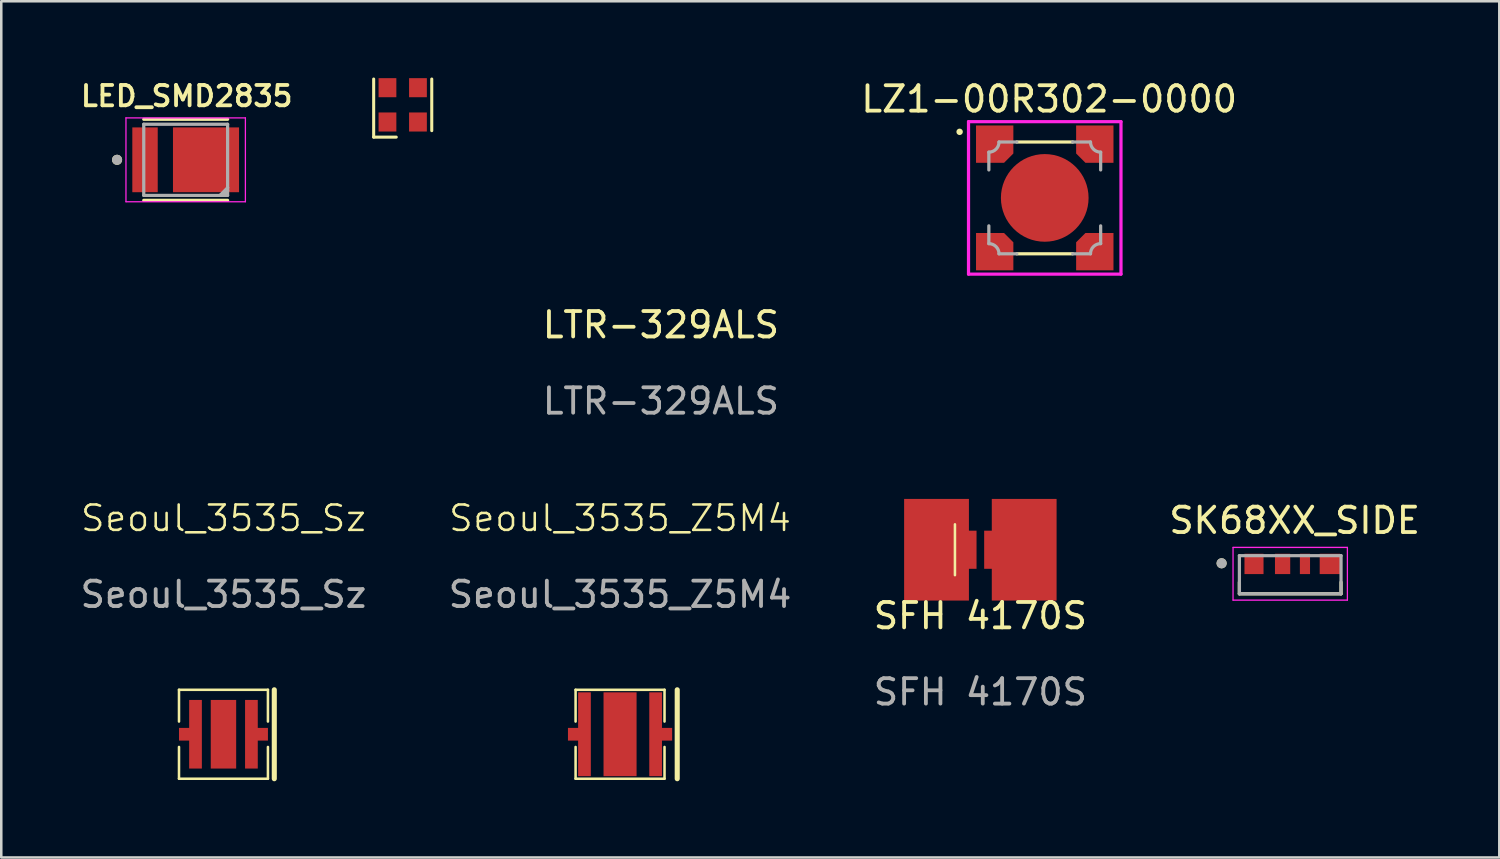
<source format=kicad_pcb>
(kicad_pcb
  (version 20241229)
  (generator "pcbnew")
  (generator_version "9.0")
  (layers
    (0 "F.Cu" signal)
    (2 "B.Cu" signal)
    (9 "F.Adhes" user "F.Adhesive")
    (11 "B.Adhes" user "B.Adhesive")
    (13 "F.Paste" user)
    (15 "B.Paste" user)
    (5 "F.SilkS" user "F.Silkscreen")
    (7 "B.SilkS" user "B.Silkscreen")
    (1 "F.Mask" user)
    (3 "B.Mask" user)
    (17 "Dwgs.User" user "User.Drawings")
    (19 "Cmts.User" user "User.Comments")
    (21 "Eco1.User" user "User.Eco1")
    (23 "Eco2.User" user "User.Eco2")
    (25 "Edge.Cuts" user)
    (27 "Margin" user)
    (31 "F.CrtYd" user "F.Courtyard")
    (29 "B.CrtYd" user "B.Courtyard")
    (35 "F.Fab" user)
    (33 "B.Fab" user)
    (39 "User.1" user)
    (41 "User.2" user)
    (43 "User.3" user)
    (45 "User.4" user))
  (footprint "LED_SMD2835"
    (layer "F.Cu")
    (at 4.257 3.239)
    (property "Reference" "LED_SMD2835" (at 0.04 -2.508 0) (layer "F.SilkS") (effects (font (size 0.8 0.8) (thickness 0.15))))
    (attr smd)
    (fp_line (start -1.65 -1.595) (end 1.65 -1.595) (stroke (width 0.127) (type solid)) (layer "F.SilkS"))
    (fp_line (start 1.65 1.595) (end -1.65 1.595) (stroke (width 0.127) (type solid)) (layer "F.SilkS"))
    (fp_circle (center -2.7 0) (end -2.6 0) (stroke (width 0.2) (type solid)) (fill no) (layer "F.SilkS"))
    (fp_line (start -2.35 -1.65) (end 2.35 -1.65) (stroke (width 0.05) (type solid)) (layer "F.CrtYd"))
    (fp_line (start -2.35 1.65) (end -2.35 -1.65) (stroke (width 0.05) (type solid)) (layer "F.CrtYd"))
    (fp_line (start 2.35 -1.65) (end 2.35 1.65) (stroke (width 0.05) (type solid)) (layer "F.CrtYd"))
    (fp_line (start 2.35 1.65) (end -2.35 1.65) (stroke (width 0.05) (type solid)) (layer "F.CrtYd"))
    (fp_line (start -1.65 -1.4) (end 1.65 -1.4) (stroke (width 0.127) (type solid)) (layer "F.Fab"))
    (fp_line (start -1.65 1.4) (end -1.65 -1.4) (stroke (width 0.127) (type solid)) (layer "F.Fab"))
    (fp_line (start 1.35 1.4) (end -1.65 1.4) (stroke (width 0.127) (type solid)) (layer "F.Fab"))
    (fp_line (start 1.35 1.4) (end 1.65 1.1) (stroke (width 0.127) (type solid)) (layer "F.Fab"))
    (fp_line (start 1.45 1.4) (end 1.35 1.4) (stroke (width 0.127) (type solid)) (layer "F.Fab"))
    (fp_line (start 1.45 1.4) (end 1.65 1.2) (stroke (width 0.127) (type solid)) (layer "F.Fab"))
    (fp_line (start 1.65 -1.4) (end 1.65 1.1) (stroke (width 0.127) (type solid)) (layer "F.Fab"))
    (fp_line (start 1.65 1.1) (end 1.65 1.2) (stroke (width 0.127) (type solid)) (layer "F.Fab"))
    (fp_line (start 1.65 1.2) (end 1.65 1.4) (stroke (width 0.127) (type solid)) (layer "F.Fab"))
    (fp_line (start 1.65 1.4) (end 1.45 1.4) (stroke (width 0.127) (type solid)) (layer "F.Fab"))
    (fp_circle (center -2.7 0) (end -2.6 0) (stroke (width 0.2) (type solid)) (fill no) (layer "F.Fab"))
    (pad "1" smd rect (at 0.8 0) (size 2.6 2.55) (layers "F.Cu" "F.Mask" "F.Paste"))
    (pad "2" smd rect (at -1.6 0) (size 1 2.55) (layers "F.Cu" "F.Mask" "F.Paste")))
  (footprint "SFH 4170S"
    (layer "F.Cu")
    (at 35.53 18.584)
    (property "Reference" "SFH 4170S" (at 0 2.6 0) (unlocked yes) (layer "F.SilkS") (effects (font (size 1 1) (thickness 0.15))))
    (attr smd)
    (fp_line (start -1 -1) (end -1 1) (stroke (width 0.1) (type solid)) (layer "F.SilkS"))
    (fp_text user "${REFERENCE}" (at 0 5.6 0) (unlocked yes) (layer "F.Fab") (effects (font (size 1 1) (thickness 0.15))))
    (pad "1" smd rect (at -1.725 0) (size 2.55 4) (layers "F.Cu"))
    (pad "1" smd rect (at -0.45 0) (size 0.6 1.5) (layers "F.Cu" "F.Mask" "F.Paste"))
    (pad "2" smd rect (at 0.45 0) (size 0.6 1.5) (layers "F.Cu" "F.Mask" "F.Paste"))
    (pad "2" smd rect (at 1.725 0) (size 2.55 4) (layers "F.Cu")))
  (footprint "LZ1-00R302-0000"
    (layer "F.Cu")
    (at 38.064 4.738)
    (property "Reference" "LZ1-00R302-0000" (at 0.175 -3.889 0) (layer "F.SilkS") (effects (font (size 1.001 1.001) (thickness 0.15))))
    (attr smd)
    (fp_circle (center 0 0) (end 1.6 0) (stroke (width 0) (type solid)) (fill yes) (layer "F.Mask"))
    (fp_line (start -1.1 -2.2) (end 1.1 -2.2) (stroke (width 0.127) (type solid)) (layer "F.SilkS"))
    (fp_line (start 1.1 2.2) (end -1.1 2.2) (stroke (width 0.127) (type solid)) (layer "F.SilkS"))
    (fp_circle (center -3.35 -2.6) (end -3.223 -2.6) (stroke (width 0) (type solid)) (fill yes) (layer "F.SilkS"))
    (fp_circle (center 0 0) (end 1.6 0) (stroke (width 0) (type solid)) (fill yes) (layer "F.Paste"))
    (fp_line (start -3 -3) (end -3 3) (stroke (width 0.127) (type solid)) (layer "F.CrtYd"))
    (fp_line (start -3 3) (end 3 3) (stroke (width 0.127) (type solid)) (layer "F.CrtYd"))
    (fp_line (start 3 -3) (end -3 -3) (stroke (width 0.127) (type solid)) (layer "F.CrtYd"))
    (fp_line (start 3 3) (end 3 -3) (stroke (width 0.127) (type solid)) (layer "F.CrtYd"))
    (fp_line (start -2.2 -1.8) (end -2.2 -1.1) (stroke (width 0.127) (type solid)) (layer "F.Fab"))
    (fp_line (start -2.2 1.8) (end -2.2 1.1) (stroke (width 0.127) (type solid)) (layer "F.Fab"))
    (fp_line (start -1.8 -2.2) (end -1.1 -2.2) (stroke (width 0.127) (type solid)) (layer "F.Fab"))
    (fp_line (start -1.8 2.2) (end -1.1 2.2) (stroke (width 0.127) (type solid)) (layer "F.Fab"))
    (fp_line (start 1.8 -2.2) (end 1.1 -2.2) (stroke (width 0.127) (type solid)) (layer "F.Fab"))
    (fp_line (start 1.8 2.2) (end 1.1 2.2) (stroke (width 0.127) (type solid)) (layer "F.Fab"))
    (fp_line (start 2.2 -1.8) (end 2.2 -1.1) (stroke (width 0.127) (type solid)) (layer "F.Fab"))
    (fp_line (start 2.2 1.8) (end 2.2 1.1) (stroke (width 0.127) (type solid)) (layer "F.Fab"))
    (fp_arc (start -2.2 1.8) (mid -1.917157 1.917157) (end -1.8 2.2) (stroke (width 0.127) (type solid)) (layer "F.Fab"))
    (fp_arc (start -1.8 -2.2) (mid -1.917157 -1.917157) (end -2.2 -1.8) (stroke (width 0.127) (type solid)) (layer "F.Fab"))
    (fp_arc (start 1.8 2.2) (mid 1.917157 1.917157) (end 2.2 1.8) (stroke (width 0.127) (type solid)) (layer "F.Fab"))
    (fp_arc (start 2.2 -1.8) (mid 1.917157 -1.917157) (end 1.8 -2.2) (stroke (width 0.127) (type solid)) (layer "F.Fab"))
    (pad "1" smd roundrect (at -1.97 -2.115) (size 1.47 1.47) (layers "F.Cu" "F.Mask" "F.Paste") (roundrect_rratio 0) (chamfer_ratio 0.25) (chamfer bottom_right))
    (pad "2" smd roundrect (at 1.97 -2.115) (size 1.47 1.47) (layers "F.Cu" "F.Mask" "F.Paste") (roundrect_rratio 0) (chamfer_ratio 0.25) (chamfer bottom_left))
    (pad "3" smd roundrect (at 1.97 2.115 180) (size 1.47 1.47) (layers "F.Cu" "F.Mask" "F.Paste") (roundrect_rratio 0) (chamfer_ratio 0.25) (chamfer bottom_right))
    (pad "4" smd roundrect (at -1.97 2.115 180) (size 1.47 1.47) (layers "F.Cu" "F.Mask" "F.Paste") (roundrect_rratio 0) (chamfer_ratio 0.25) (chamfer bottom_left))
    (pad "5" smd circle (at 0 0) (size 3.45 3.45) (layers "F.Cu")))
  (footprint "SK68XX_SIDE"
    (layer "F.Cu")
    (at 47.724 19.567)
    (property "Reference" "SK68XX_SIDE" (at 0.175 -2.135 0) (layer "F.SilkS") (effects (font (size 1 1) (thickness 0.15))))
    (attr smd)
    (fp_line (start -2 0.75) (end -2 0.295) (stroke (width 0.127) (type solid)) (layer "F.SilkS"))
    (fp_line (start 2 0.295) (end 2 0.75) (stroke (width 0.127) (type solid)) (layer "F.SilkS"))
    (fp_line (start 2 0.75) (end -2 0.75) (stroke (width 0.127) (type solid)) (layer "F.SilkS"))
    (fp_circle (center -2.7 -0.45) (end -2.6 -0.45) (stroke (width 0.2) (type solid)) (fill no) (layer "F.SilkS"))
    (fp_line (start -2.25 -1.075) (end 2.25 -1.075) (stroke (width 0.05) (type solid)) (layer "F.CrtYd"))
    (fp_line (start -2.25 1) (end -2.25 -1.075) (stroke (width 0.05) (type solid)) (layer "F.CrtYd"))
    (fp_line (start 2.25 -1.075) (end 2.25 1) (stroke (width 0.05) (type solid)) (layer "F.CrtYd"))
    (fp_line (start 2.25 1) (end -2.25 1) (stroke (width 0.05) (type solid)) (layer "F.CrtYd"))
    (fp_line (start -2 -0.75) (end 2 -0.75) (stroke (width 0.127) (type solid)) (layer "F.Fab"))
    (fp_line (start -2 0.75) (end -2 -0.75) (stroke (width 0.127) (type solid)) (layer "F.Fab"))
    (fp_line (start 2 -0.75) (end 2 0.75) (stroke (width 0.127) (type solid)) (layer "F.Fab"))
    (fp_line (start 2 0.75) (end -2 0.75) (stroke (width 0.127) (type solid)) (layer "F.Fab"))
    (fp_circle (center -2.7 -0.45) (end -2.6 -0.45) (stroke (width 0.2) (type solid)) (fill no) (layer "F.Fab"))
    (pad "1" smd rect (at -1.425 -0.425) (size 0.75 0.8) (layers "F.Cu" "F.Mask" "F.Paste"))
    (pad "2" smd rect (at -0.3 -0.425) (size 0.6 0.8) (layers "F.Cu" "F.Mask" "F.Paste"))
    (pad "3" smd rect (at 0.58 -0.425) (size 0.4 0.8) (layers "F.Cu" "F.Mask" "F.Paste"))
    (pad "4" smd rect (at 1.56 -0.425) (size 0.8 0.8) (layers "F.Cu" "F.Mask" "F.Paste")))
  (footprint "Seoul_3535_Sz"
    (layer "F.Cu")
    (at 5.744 25.845)
    (property "Reference" "Seoul_3535_Sz" (at 0 -8.5 0) (unlocked yes) (layer "F.SilkS") (effects (font (size 1 1) (thickness 0.1))))
    (attr smd)
    (fp_line (start -1.75 -1.75) (end 1.75 -1.75) (stroke (width 0.1) (type default)) (layer "F.SilkS"))
    (fp_line (start -1.75 -0.5) (end -1.75 -1.75) (stroke (width 0.1) (type default)) (layer "F.SilkS"))
    (fp_line (start -1.75 1.75) (end -1.75 0.5) (stroke (width 0.1) (type default)) (layer "F.SilkS"))
    (fp_line (start 1.75 -0.5) (end 1.75 -1.75) (stroke (width 0.1) (type default)) (layer "F.SilkS"))
    (fp_line (start 1.75 1.75) (end -1.75 1.75) (stroke (width 0.1) (type default)) (layer "F.SilkS"))
    (fp_line (start 1.75 1.75) (end 1.75 0.5) (stroke (width 0.1) (type default)) (layer "F.SilkS"))
    (fp_line (start 2 -1.75) (end 2 1.75) (stroke (width 0.2) (type default)) (layer "F.SilkS"))
    (fp_text user "${REFERENCE}" (at 0 -5.5 0) (unlocked yes) (layer "F.Fab") (effects (font (size 1 1) (thickness 0.15))))
    (pad "1" smd rect (at 1.1 0) (size 0.5 2.7) (layers "F.Cu" "F.Mask" "F.Paste"))
    (pad "1" smd rect (at 1.35 0) (size 0.8 0.5) (layers "F.Cu" "F.Mask" "F.Paste"))
    (pad "2" smd rect (at -1.35 0) (size 0.8 0.5) (layers "F.Cu" "F.Mask" "F.Paste"))
    (pad "2" smd rect (at -1.1 0) (size 0.5 2.7) (layers "F.Cu" "F.Mask" "F.Paste"))
    (pad "EP" smd rect (at 0 0) (size 1 2.7) (layers "F.Cu" "F.Mask" "F.Paste")))
  (footprint "Seoul_3535_Z5M4"
    (layer "F.Cu")
    (at 21.351 25.845)
    (property "Reference" "Seoul_3535_Z5M4" (at 0 -8.5 0) (unlocked yes) (layer "F.SilkS") (effects (font (size 1 1) (thickness 0.1))))
    (attr smd)
    (fp_line (start -1.75 -1.75) (end 1.75 -1.75) (stroke (width 0.1) (type default)) (layer "F.SilkS"))
    (fp_line (start -1.75 -0.5) (end -1.75 -1.75) (stroke (width 0.1) (type default)) (layer "F.SilkS"))
    (fp_line (start -1.75 1.75) (end -1.75 0.5) (stroke (width 0.1) (type default)) (layer "F.SilkS"))
    (fp_line (start 1.75 -0.5) (end 1.75 -1.75) (stroke (width 0.1) (type default)) (layer "F.SilkS"))
    (fp_line (start 1.75 1.75) (end -1.75 1.75) (stroke (width 0.1) (type default)) (layer "F.SilkS"))
    (fp_line (start 1.75 1.75) (end 1.75 0.5) (stroke (width 0.1) (type default)) (layer "F.SilkS"))
    (fp_line (start 2.25 -1.75) (end 2.25 1.75) (stroke (width 0.2) (type default)) (layer "F.SilkS"))
    (fp_text user "${REFERENCE}" (at 0 -5.5 0) (unlocked yes) (layer "F.Fab") (effects (font (size 1 1) (thickness 0.15))))
    (pad "1" smd rect (at 1.4 0) (size 0.5 3.3) (layers "F.Cu" "F.Mask" "F.Paste"))
    (pad "1" smd rect (at 1.65 0) (size 0.8 0.5) (layers "F.Cu" "F.Mask" "F.Paste"))
    (pad "2" smd rect (at -1.65 0) (size 0.8 0.5) (layers "F.Cu" "F.Mask" "F.Paste"))
    (pad "2" smd rect (at -1.4 0) (size 0.5 3.3) (layers "F.Cu" "F.Mask" "F.Paste"))
    (pad "EP" smd rect (at 0 0) (size 1.3 3.3) (layers "F.Cu" "F.Mask" "F.Paste")))
  (footprint "LTR-329ALS"
    (layer "F.Cu")
    (at 12.798 1.076)
    (property "Reference" "LTR-329ALS" (at 10.16 8.66 0) (unlocked yes) (layer "F.SilkS") (effects (font (size 1 1) (thickness 0.15))))
    (attr smd)
    (fp_line (start -1.143 -1.016) (end -1.143 1.27) (stroke (width 0.12) (type solid)) (layer "F.SilkS"))
    (fp_line (start -0.254 1.27) (end -1.143 1.27) (stroke (width 0.12) (type solid)) (layer "F.SilkS"))
    (fp_line (start 1.143 -1.016) (end 1.143 1.016) (stroke (width 0.12) (type solid)) (layer "F.SilkS"))
    (fp_text user "${REFERENCE}" (at 10.16 11.66 0) (unlocked yes) (layer "F.Fab") (effects (font (size 1 1) (thickness 0.15))))
    (pad "1" smd rect (at -0.6 0.675) (size 0.7 0.75) (layers "F.Cu" "F.Mask" "F.Paste"))
    (pad "2" smd rect (at 0.6 0.675) (size 0.7 0.75) (layers "F.Cu" "F.Mask" "F.Paste"))
    (pad "3" smd rect (at 0.6 -0.675) (size 0.7 0.75) (layers "F.Cu" "F.Mask" "F.Paste"))
    (pad "4" smd rect (at -0.6 -0.675) (size 0.7 0.75) (layers "F.Cu" "F.Mask" "F.Paste")))
  (gr_rect
    (start -3 -3)
    (end 55.952 30.695)
    (stroke (width 0.1) (type default))
    (fill no)
    (layer "Edge.Cuts")))
</source>
